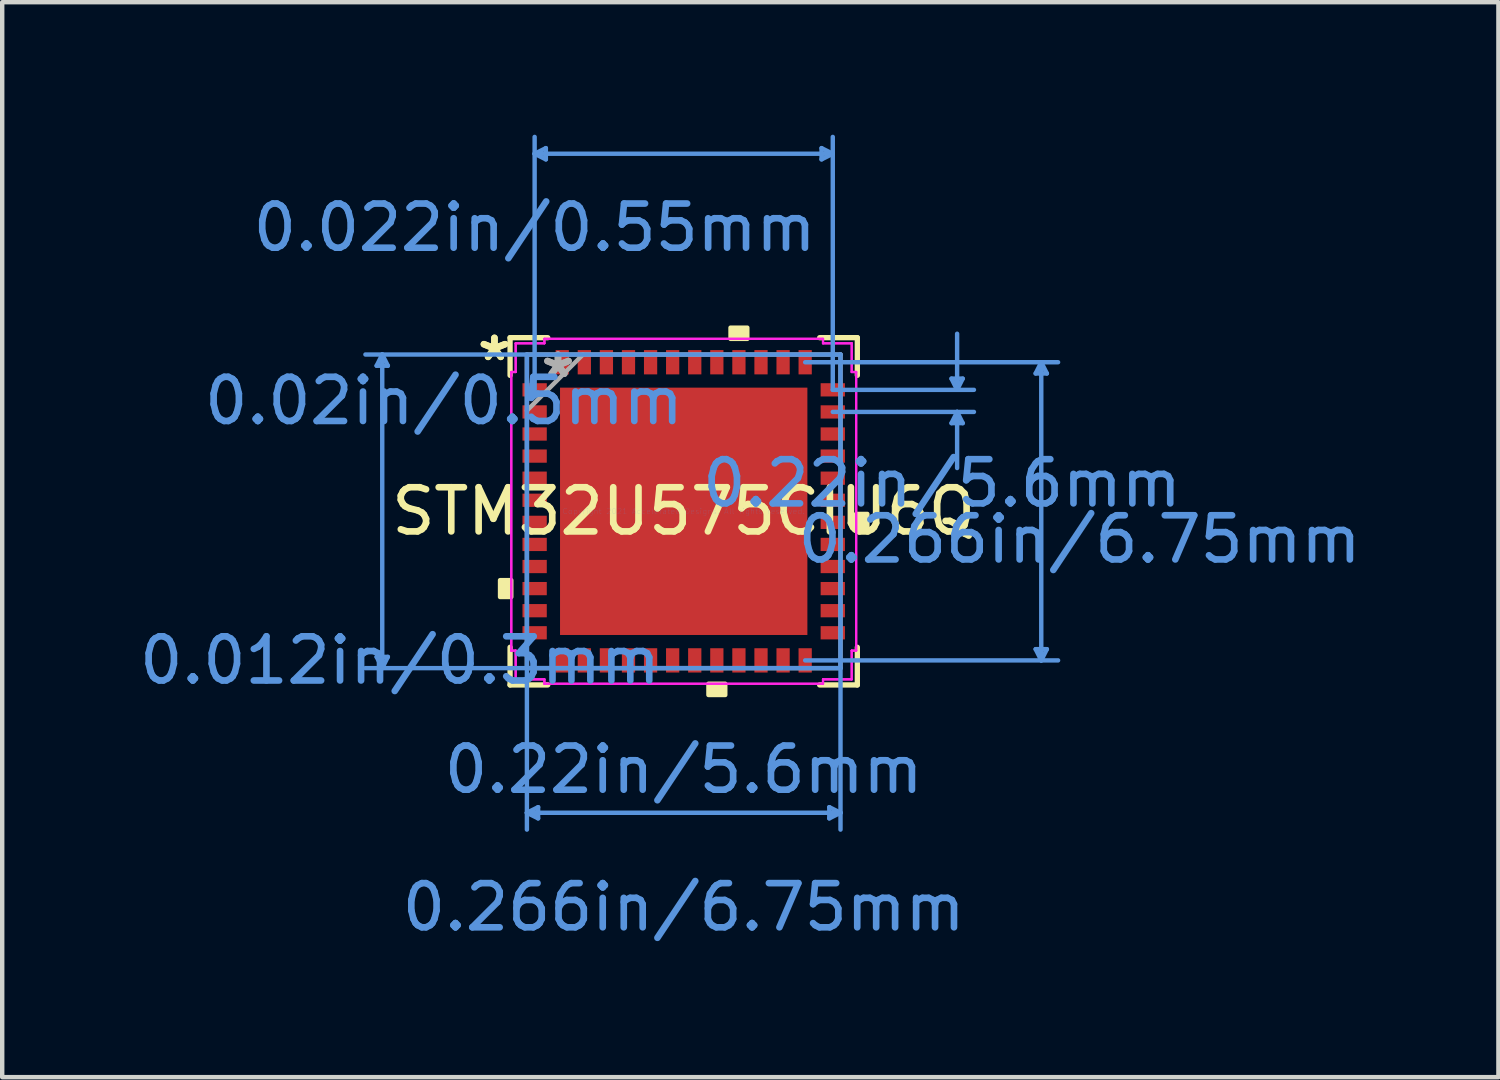
<source format=kicad_pcb>
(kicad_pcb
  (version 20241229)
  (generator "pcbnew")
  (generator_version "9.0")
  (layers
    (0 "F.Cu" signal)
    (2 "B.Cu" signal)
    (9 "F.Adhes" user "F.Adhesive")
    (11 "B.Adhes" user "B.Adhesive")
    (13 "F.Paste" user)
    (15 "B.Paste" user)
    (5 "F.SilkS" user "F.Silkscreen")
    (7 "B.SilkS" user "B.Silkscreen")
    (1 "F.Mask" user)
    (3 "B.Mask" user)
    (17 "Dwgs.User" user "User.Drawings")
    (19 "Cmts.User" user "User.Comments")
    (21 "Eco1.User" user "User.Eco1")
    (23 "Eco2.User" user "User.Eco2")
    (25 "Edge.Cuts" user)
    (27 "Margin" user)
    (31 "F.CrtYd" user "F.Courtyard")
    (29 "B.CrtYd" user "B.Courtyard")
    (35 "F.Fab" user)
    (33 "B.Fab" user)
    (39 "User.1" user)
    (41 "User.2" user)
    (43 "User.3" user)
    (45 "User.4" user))
  (footprint "STM32U575CIU6Q"
    (layer "F.Cu")
    (at 12.429 8.526)
    (property "Reference" "STM32U575CIU6Q" (at 0 0 0) (layer "F.SilkS") (effects (font (size 1 1) (thickness 0.15))))
    (attr through_hole)
    (fp_line (start -3.931 -3.931) (end -3.931 -3.078) (stroke (width 0.12) (type solid)) (layer "F.SilkS"))
    (fp_line (start -3.931 3.078) (end -3.931 3.931) (stroke (width 0.12) (type solid)) (layer "F.SilkS"))
    (fp_line (start -3.931 3.931) (end -3.078 3.931) (stroke (width 0.12) (type solid)) (layer "F.SilkS"))
    (fp_line (start -3.078 -3.931) (end -3.931 -3.931) (stroke (width 0.12) (type solid)) (layer "F.SilkS"))
    (fp_line (start 3.078 3.931) (end 3.931 3.931) (stroke (width 0.12) (type solid)) (layer "F.SilkS"))
    (fp_line (start 3.931 -3.931) (end 3.078 -3.931) (stroke (width 0.12) (type solid)) (layer "F.SilkS"))
    (fp_line (start 3.931 -3.078) (end 3.931 -3.931) (stroke (width 0.12) (type solid)) (layer "F.SilkS"))
    (fp_line (start 3.931 3.931) (end 3.931 3.078) (stroke (width 0.12) (type solid)) (layer "F.SilkS"))
    (fp_poly (pts (xy -4.158 1.559) (xy -4.158 1.94) (xy -3.904 1.94) (xy -3.904 1.559)) (stroke (width 0.1) (type solid)) (fill yes) (layer "F.SilkS"))
    (fp_poly (pts (xy 0.56 3.904) (xy 0.56 4.158) (xy 0.941 4.158) (xy 0.941 3.904)) (stroke (width 0.1) (type solid)) (fill yes) (layer "F.SilkS"))
    (fp_poly (pts (xy 1.06 -3.904) (xy 1.06 -4.158) (xy 1.44 -4.158) (xy 1.44 -3.904)) (stroke (width 0.1) (type solid)) (fill yes) (layer "F.SilkS"))
    (fp_poly (pts (xy 4.158 0.059) (xy 4.158 0.441) (xy 3.904 0.441) (xy 3.904 0.059)) (stroke (width 0.1) (type solid)) (fill yes) (layer "F.SilkS"))
    (fp_poly (pts (xy -2.7 -2.7) (xy -2.7 -1.5) (xy -1.5 -1.5) (xy -1.5 -2.7)) (stroke (width 0.1) (type solid)) (fill yes) (layer "F.Paste"))
    (fp_poly (pts (xy -2.7 -1.3) (xy -2.7 -0.1) (xy -1.5 -0.1) (xy -1.5 -1.3)) (stroke (width 0.1) (type solid)) (fill yes) (layer "F.Paste"))
    (fp_poly (pts (xy -2.7 0.1) (xy -2.7 1.3) (xy -1.5 1.3) (xy -1.5 0.1)) (stroke (width 0.1) (type solid)) (fill yes) (layer "F.Paste"))
    (fp_poly (pts (xy -2.7 1.5) (xy -2.7 2.7) (xy -1.5 2.7) (xy -1.5 1.5)) (stroke (width 0.1) (type solid)) (fill yes) (layer "F.Paste"))
    (fp_poly (pts (xy -1.3 -2.7) (xy -1.3 -1.5) (xy -0.1 -1.5) (xy -0.1 -2.7)) (stroke (width 0.1) (type solid)) (fill yes) (layer "F.Paste"))
    (fp_poly (pts (xy -1.3 -1.3) (xy -1.3 -0.1) (xy -0.1 -0.1) (xy -0.1 -1.3)) (stroke (width 0.1) (type solid)) (fill yes) (layer "F.Paste"))
    (fp_poly (pts (xy -1.3 0.1) (xy -1.3 1.3) (xy -0.1 1.3) (xy -0.1 0.1)) (stroke (width 0.1) (type solid)) (fill yes) (layer "F.Paste"))
    (fp_poly (pts (xy -1.3 1.5) (xy -1.3 2.7) (xy -0.1 2.7) (xy -0.1 1.5)) (stroke (width 0.1) (type solid)) (fill yes) (layer "F.Paste"))
    (fp_poly (pts (xy 0.1 -2.7) (xy 0.1 -1.5) (xy 1.3 -1.5) (xy 1.3 -2.7)) (stroke (width 0.1) (type solid)) (fill yes) (layer "F.Paste"))
    (fp_poly (pts (xy 0.1 -1.3) (xy 0.1 -0.1) (xy 1.3 -0.1) (xy 1.3 -1.3)) (stroke (width 0.1) (type solid)) (fill yes) (layer "F.Paste"))
    (fp_poly (pts (xy 0.1 0.1) (xy 0.1 1.3) (xy 1.3 1.3) (xy 1.3 0.1)) (stroke (width 0.1) (type solid)) (fill yes) (layer "F.Paste"))
    (fp_poly (pts (xy 0.1 1.5) (xy 0.1 2.7) (xy 1.3 2.7) (xy 1.3 1.5)) (stroke (width 0.1) (type solid)) (fill yes) (layer "F.Paste"))
    (fp_poly (pts (xy 1.5 -2.7) (xy 1.5 -1.5) (xy 2.7 -1.5) (xy 2.7 -2.7)) (stroke (width 0.1) (type solid)) (fill yes) (layer "F.Paste"))
    (fp_poly (pts (xy 1.5 -1.3) (xy 1.5 -0.1) (xy 2.7 -0.1) (xy 2.7 -1.3)) (stroke (width 0.1) (type solid)) (fill yes) (layer "F.Paste"))
    (fp_poly (pts (xy 1.5 0.1) (xy 1.5 1.3) (xy 2.7 1.3) (xy 2.7 0.1)) (stroke (width 0.1) (type solid)) (fill yes) (layer "F.Paste"))
    (fp_poly (pts (xy 1.5 1.5) (xy 1.5 2.7) (xy 2.7 2.7) (xy 2.7 1.5)) (stroke (width 0.1) (type solid)) (fill yes) (layer "F.Paste"))
    (fp_line (start -6.952 -3.296) (end -6.698 -3.296) (stroke (width 0.1) (type solid)) (layer "Cmts.User"))
    (fp_line (start -6.952 3.296) (end -6.698 3.296) (stroke (width 0.1) (type solid)) (layer "Cmts.User"))
    (fp_line (start -6.825 -3.55) (end -6.952 -3.296) (stroke (width 0.1) (type solid)) (layer "Cmts.User"))
    (fp_line (start -6.825 -3.55) (end -6.825 3.55) (stroke (width 0.1) (type solid)) (layer "Cmts.User"))
    (fp_line (start -6.825 -3.55) (end -6.698 -3.296) (stroke (width 0.1) (type solid)) (layer "Cmts.User"))
    (fp_line (start -6.825 3.55) (end -6.952 3.296) (stroke (width 0.1) (type solid)) (layer "Cmts.User"))
    (fp_line (start -6.825 3.55) (end -6.698 3.296) (stroke (width 0.1) (type solid)) (layer "Cmts.User"))
    (fp_line (start -3.55 -3.55) (end -3.55 7.206) (stroke (width 0.1) (type solid)) (layer "Cmts.User"))
    (fp_line (start -3.55 6.825) (end -3.296 6.698) (stroke (width 0.1) (type solid)) (layer "Cmts.User"))
    (fp_line (start -3.55 6.825) (end -3.296 6.952) (stroke (width 0.1) (type solid)) (layer "Cmts.User"))
    (fp_line (start -3.55 6.825) (end 3.55 6.825) (stroke (width 0.1) (type solid)) (layer "Cmts.User"))
    (fp_line (start -3.375 -8.095) (end -3.121 -8.222) (stroke (width 0.1) (type solid)) (layer "Cmts.User"))
    (fp_line (start -3.375 -8.095) (end -3.121 -7.968) (stroke (width 0.1) (type solid)) (layer "Cmts.User"))
    (fp_line (start -3.375 -8.095) (end 3.375 -8.095) (stroke (width 0.1) (type solid)) (layer "Cmts.User"))
    (fp_line (start -3.375 -2.75) (end -3.375 -8.476) (stroke (width 0.1) (type solid)) (layer "Cmts.User"))
    (fp_line (start -3.296 6.698) (end -3.296 6.952) (stroke (width 0.1) (type solid)) (layer "Cmts.User"))
    (fp_line (start -3.121 -8.222) (end -3.121 -7.968) (stroke (width 0.1) (type solid)) (layer "Cmts.User"))
    (fp_line (start 2.75 -3.375) (end 8.476 -3.375) (stroke (width 0.1) (type solid)) (layer "Cmts.User"))
    (fp_line (start 2.75 3.375) (end 8.476 3.375) (stroke (width 0.1) (type solid)) (layer "Cmts.User"))
    (fp_line (start 3.121 -8.222) (end 3.121 -7.968) (stroke (width 0.1) (type solid)) (layer "Cmts.User"))
    (fp_line (start 3.296 6.698) (end 3.296 6.952) (stroke (width 0.1) (type solid)) (layer "Cmts.User"))
    (fp_line (start 3.375 -8.095) (end 3.121 -8.222) (stroke (width 0.1) (type solid)) (layer "Cmts.User"))
    (fp_line (start 3.375 -8.095) (end 3.121 -7.968) (stroke (width 0.1) (type solid)) (layer "Cmts.User"))
    (fp_line (start 3.375 -2.75) (end 3.375 -8.476) (stroke (width 0.1) (type solid)) (layer "Cmts.User"))
    (fp_line (start 3.375 -2.75) (end 6.571 -2.75) (stroke (width 0.1) (type solid)) (layer "Cmts.User"))
    (fp_line (start 3.375 -2.25) (end 6.571 -2.25) (stroke (width 0.1) (type solid)) (layer "Cmts.User"))
    (fp_line (start 3.55 -3.55) (end -7.206 -3.55) (stroke (width 0.1) (type solid)) (layer "Cmts.User"))
    (fp_line (start 3.55 -3.55) (end 3.55 7.206) (stroke (width 0.1) (type solid)) (layer "Cmts.User"))
    (fp_line (start 3.55 3.55) (end -7.206 3.55) (stroke (width 0.1) (type solid)) (layer "Cmts.User"))
    (fp_line (start 3.55 6.825) (end 3.296 6.698) (stroke (width 0.1) (type solid)) (layer "Cmts.User"))
    (fp_line (start 3.55 6.825) (end 3.296 6.952) (stroke (width 0.1) (type solid)) (layer "Cmts.User"))
    (fp_line (start 6.063 -3.004) (end 6.317 -3.004) (stroke (width 0.1) (type solid)) (layer "Cmts.User"))
    (fp_line (start 6.063 -1.996) (end 6.317 -1.996) (stroke (width 0.1) (type solid)) (layer "Cmts.User"))
    (fp_line (start 6.19 -2.75) (end 6.063 -3.004) (stroke (width 0.1) (type solid)) (layer "Cmts.User"))
    (fp_line (start 6.19 -2.75) (end 6.19 -4.02) (stroke (width 0.1) (type solid)) (layer "Cmts.User"))
    (fp_line (start 6.19 -2.75) (end 6.317 -3.004) (stroke (width 0.1) (type solid)) (layer "Cmts.User"))
    (fp_line (start 6.19 -2.25) (end 6.063 -1.996) (stroke (width 0.1) (type solid)) (layer "Cmts.User"))
    (fp_line (start 6.19 -2.25) (end 6.19 -0.98) (stroke (width 0.1) (type solid)) (layer "Cmts.User"))
    (fp_line (start 6.19 -2.25) (end 6.317 -1.996) (stroke (width 0.1) (type solid)) (layer "Cmts.User"))
    (fp_line (start 7.968 -3.121) (end 8.222 -3.121) (stroke (width 0.1) (type solid)) (layer "Cmts.User"))
    (fp_line (start 7.968 3.121) (end 8.222 3.121) (stroke (width 0.1) (type solid)) (layer "Cmts.User"))
    (fp_line (start 8.095 -3.375) (end 7.968 -3.121) (stroke (width 0.1) (type solid)) (layer "Cmts.User"))
    (fp_line (start 8.095 -3.375) (end 8.095 3.375) (stroke (width 0.1) (type solid)) (layer "Cmts.User"))
    (fp_line (start 8.095 -3.375) (end 8.222 -3.121) (stroke (width 0.1) (type solid)) (layer "Cmts.User"))
    (fp_line (start 8.095 3.375) (end 7.968 3.121) (stroke (width 0.1) (type solid)) (layer "Cmts.User"))
    (fp_line (start 8.095 3.375) (end 8.222 3.121) (stroke (width 0.1) (type solid)) (layer "Cmts.User"))
    (fp_line (start -3.904 -3.154) (end -3.804 -3.154) (stroke (width 0.05) (type solid)) (layer "F.CrtYd"))
    (fp_line (start -3.904 -3.154) (end -3.804 -3.154) (stroke (width 0.05) (type solid)) (layer "F.CrtYd"))
    (fp_line (start -3.904 3.154) (end -3.904 -3.154) (stroke (width 0.05) (type solid)) (layer "F.CrtYd"))
    (fp_line (start -3.904 3.154) (end -3.904 -3.154) (stroke (width 0.05) (type solid)) (layer "F.CrtYd"))
    (fp_line (start -3.804 -3.804) (end -3.154 -3.804) (stroke (width 0.05) (type solid)) (layer "F.CrtYd"))
    (fp_line (start -3.804 -3.804) (end -3.154 -3.804) (stroke (width 0.05) (type solid)) (layer "F.CrtYd"))
    (fp_line (start -3.804 -3.154) (end -3.804 -3.804) (stroke (width 0.05) (type solid)) (layer "F.CrtYd"))
    (fp_line (start -3.804 -3.154) (end -3.804 -3.804) (stroke (width 0.05) (type solid)) (layer "F.CrtYd"))
    (fp_line (start -3.804 3.154) (end -3.904 3.154) (stroke (width 0.05) (type solid)) (layer "F.CrtYd"))
    (fp_line (start -3.804 3.154) (end -3.904 3.154) (stroke (width 0.05) (type solid)) (layer "F.CrtYd"))
    (fp_line (start -3.804 3.804) (end -3.804 3.154) (stroke (width 0.05) (type solid)) (layer "F.CrtYd"))
    (fp_line (start -3.804 3.804) (end -3.804 3.154) (stroke (width 0.05) (type solid)) (layer "F.CrtYd"))
    (fp_line (start -3.154 -3.904) (end 3.154 -3.904) (stroke (width 0.05) (type solid)) (layer "F.CrtYd"))
    (fp_line (start -3.154 -3.904) (end 3.154 -3.904) (stroke (width 0.05) (type solid)) (layer "F.CrtYd"))
    (fp_line (start -3.154 -3.804) (end -3.154 -3.904) (stroke (width 0.05) (type solid)) (layer "F.CrtYd"))
    (fp_line (start -3.154 -3.804) (end -3.154 -3.904) (stroke (width 0.05) (type solid)) (layer "F.CrtYd"))
    (fp_line (start -3.154 3.804) (end -3.804 3.804) (stroke (width 0.05) (type solid)) (layer "F.CrtYd"))
    (fp_line (start -3.154 3.804) (end -3.804 3.804) (stroke (width 0.05) (type solid)) (layer "F.CrtYd"))
    (fp_line (start -3.154 3.904) (end -3.154 3.804) (stroke (width 0.05) (type solid)) (layer "F.CrtYd"))
    (fp_line (start -3.154 3.904) (end -3.154 3.804) (stroke (width 0.05) (type solid)) (layer "F.CrtYd"))
    (fp_line (start 3.154 -3.904) (end 3.154 -3.804) (stroke (width 0.05) (type solid)) (layer "F.CrtYd"))
    (fp_line (start 3.154 -3.904) (end 3.154 -3.804) (stroke (width 0.05) (type solid)) (layer "F.CrtYd"))
    (fp_line (start 3.154 -3.804) (end 3.804 -3.804) (stroke (width 0.05) (type solid)) (layer "F.CrtYd"))
    (fp_line (start 3.154 -3.804) (end 3.804 -3.804) (stroke (width 0.05) (type solid)) (layer "F.CrtYd"))
    (fp_line (start 3.154 3.804) (end 3.154 3.904) (stroke (width 0.05) (type solid)) (layer "F.CrtYd"))
    (fp_line (start 3.154 3.804) (end 3.154 3.904) (stroke (width 0.05) (type solid)) (layer "F.CrtYd"))
    (fp_line (start 3.154 3.904) (end -3.154 3.904) (stroke (width 0.05) (type solid)) (layer "F.CrtYd"))
    (fp_line (start 3.154 3.904) (end -3.154 3.904) (stroke (width 0.05) (type solid)) (layer "F.CrtYd"))
    (fp_line (start 3.804 -3.804) (end 3.804 -3.154) (stroke (width 0.05) (type solid)) (layer "F.CrtYd"))
    (fp_line (start 3.804 -3.804) (end 3.804 -3.154) (stroke (width 0.05) (type solid)) (layer "F.CrtYd"))
    (fp_line (start 3.804 -3.154) (end 3.904 -3.154) (stroke (width 0.05) (type solid)) (layer "F.CrtYd"))
    (fp_line (start 3.804 -3.154) (end 3.904 -3.154) (stroke (width 0.05) (type solid)) (layer "F.CrtYd"))
    (fp_line (start 3.804 3.154) (end 3.804 3.804) (stroke (width 0.05) (type solid)) (layer "F.CrtYd"))
    (fp_line (start 3.804 3.154) (end 3.804 3.804) (stroke (width 0.05) (type solid)) (layer "F.CrtYd"))
    (fp_line (start 3.804 3.804) (end 3.154 3.804) (stroke (width 0.05) (type solid)) (layer "F.CrtYd"))
    (fp_line (start 3.804 3.804) (end 3.154 3.804) (stroke (width 0.05) (type solid)) (layer "F.CrtYd"))
    (fp_line (start 3.904 -3.154) (end 3.904 3.154) (stroke (width 0.05) (type solid)) (layer "F.CrtYd"))
    (fp_line (start 3.904 -3.154) (end 3.904 3.154) (stroke (width 0.05) (type solid)) (layer "F.CrtYd"))
    (fp_line (start 3.904 3.154) (end 3.804 3.154) (stroke (width 0.05) (type solid)) (layer "F.CrtYd"))
    (fp_line (start 3.904 3.154) (end 3.804 3.154) (stroke (width 0.05) (type solid)) (layer "F.CrtYd"))
    (fp_line (start -3.55 -3.55) (end -3.55 3.55) (stroke (width 0.1) (type solid)) (layer "F.Fab"))
    (fp_line (start -3.55 -2.28) (end -2.28 -3.55) (stroke (width 0.1) (type solid)) (layer "F.Fab"))
    (fp_line (start -3.55 3.55) (end 3.55 3.55) (stroke (width 0.1) (type solid)) (layer "F.Fab"))
    (fp_line (start 3.55 -3.55) (end -3.55 -3.55) (stroke (width 0.1) (type solid)) (layer "F.Fab"))
    (fp_line (start 3.55 3.55) (end 3.55 -3.55) (stroke (width 0.1) (type solid)) (layer "F.Fab"))
    (fp_text user "*" (at -4.285 -3.381 0) (layer "F.SilkS") (effects (font (size 1 1) (thickness 0.15))))
    (fp_text user "*" (at -4.285 -3.381 0) (layer "F.SilkS") (effects (font (size 1 1) (thickness 0.15))))
    (fp_text user "0.22in/5.6mm" (at 5.848 -0.635 0) (layer "Cmts.User") (effects (font (size 1 1) (thickness 0.15))))
    (fp_text user "Copyright 2021 Accelerated Designs. All rights reserved." (at 0 0 0) (layer "Cmts.User") (effects (font (size 0.127 0.127) (thickness 0.002))))
    (fp_text user "0.022in/0.55mm" (at -3.375 -6.423 0) (layer "Cmts.User") (effects (font (size 1 1) (thickness 0.15))))
    (fp_text user "0.266in/6.75mm" (at 0 8.963 0) (layer "Cmts.User") (effects (font (size 1 1) (thickness 0.15))))
    (fp_text user "0.012in/0.3mm" (at -6.423 3.375 0) (layer "Cmts.User") (effects (font (size 1 1) (thickness 0.15))))
    (fp_text user "0.266in/6.75mm" (at 8.963 0.635 0) (layer "Cmts.User") (effects (font (size 1 1) (thickness 0.15))))
    (fp_text user "0.22in/5.6mm" (at 0 5.848 0) (layer "Cmts.User") (effects (font (size 1 1) (thickness 0.15))))
    (fp_text user "0.02in/0.5mm" (at -5.428 -2.5 0) (layer "Cmts.User") (effects (font (size 1 1) (thickness 0.15))))
    (fp_text user "*" (at -2.846 -3 0) (layer "F.Fab") (effects (font (size 1 1) (thickness 0.15))))
    (fp_text user "*" (at -2.846 -3 0) (layer "F.Fab") (effects (font (size 1 1) (thickness 0.15))))
    (pad "1" smd rect (at -3.375 -2.75 90) (size 0.3 0.55) (layers "F.Cu" "F.Mask" "F.Paste"))
    (pad "2" smd rect (at -3.375 -2.25 90) (size 0.3 0.55) (layers "F.Cu" "F.Mask" "F.Paste"))
    (pad "3" smd rect (at -3.375 -1.75 90) (size 0.3 0.55) (layers "F.Cu" "F.Mask" "F.Paste"))
    (pad "4" smd rect (at -3.375 -1.25 90) (size 0.3 0.55) (layers "F.Cu" "F.Mask" "F.Paste"))
    (pad "5" smd rect (at -3.375 -0.75 90) (size 0.3 0.55) (layers "F.Cu" "F.Mask" "F.Paste"))
    (pad "6" smd rect (at -3.375 -0.25 90) (size 0.3 0.55) (layers "F.Cu" "F.Mask" "F.Paste"))
    (pad "7" smd rect (at -3.375 0.25 90) (size 0.3 0.55) (layers "F.Cu" "F.Mask" "F.Paste"))
    (pad "8" smd rect (at -3.375 0.75 90) (size 0.3 0.55) (layers "F.Cu" "F.Mask" "F.Paste"))
    (pad "9" smd rect (at -3.375 1.25 90) (size 0.3 0.55) (layers "F.Cu" "F.Mask" "F.Paste"))
    (pad "10" smd rect (at -3.375 1.75 90) (size 0.3 0.55) (layers "F.Cu" "F.Mask" "F.Paste"))
    (pad "11" smd rect (at -3.375 2.25 90) (size 0.3 0.55) (layers "F.Cu" "F.Mask" "F.Paste"))
    (pad "12" smd rect (at -3.375 2.75 90) (size 0.3 0.55) (layers "F.Cu" "F.Mask" "F.Paste"))
    (pad "13" smd rect (at -2.75 3.375) (size 0.3 0.55) (layers "F.Cu" "F.Mask" "F.Paste"))
    (pad "14" smd rect (at -2.25 3.375) (size 0.3 0.55) (layers "F.Cu" "F.Mask" "F.Paste"))
    (pad "15" smd rect (at -1.75 3.375) (size 0.3 0.55) (layers "F.Cu" "F.Mask" "F.Paste"))
    (pad "16" smd rect (at -1.25 3.375) (size 0.3 0.55) (layers "F.Cu" "F.Mask" "F.Paste"))
    (pad "17" smd rect (at -0.75 3.375) (size 0.3 0.55) (layers "F.Cu" "F.Mask" "F.Paste"))
    (pad "18" smd rect (at -0.25 3.375) (size 0.3 0.55) (layers "F.Cu" "F.Mask" "F.Paste"))
    (pad "19" smd rect (at 0.25 3.375) (size 0.3 0.55) (layers "F.Cu" "F.Mask" "F.Paste"))
    (pad "20" smd rect (at 0.75 3.375) (size 0.3 0.55) (layers "F.Cu" "F.Mask" "F.Paste"))
    (pad "21" smd rect (at 1.25 3.375) (size 0.3 0.55) (layers "F.Cu" "F.Mask" "F.Paste"))
    (pad "22" smd rect (at 1.75 3.375) (size 0.3 0.55) (layers "F.Cu" "F.Mask" "F.Paste"))
    (pad "23" smd rect (at 2.25 3.375) (size 0.3 0.55) (layers "F.Cu" "F.Mask" "F.Paste"))
    (pad "24" smd rect (at 2.75 3.375) (size 0.3 0.55) (layers "F.Cu" "F.Mask" "F.Paste"))
    (pad "25" smd rect (at 3.375 2.75 90) (size 0.3 0.55) (layers "F.Cu" "F.Mask" "F.Paste"))
    (pad "26" smd rect (at 3.375 2.25 90) (size 0.3 0.55) (layers "F.Cu" "F.Mask" "F.Paste"))
    (pad "27" smd rect (at 3.375 1.75 90) (size 0.3 0.55) (layers "F.Cu" "F.Mask" "F.Paste"))
    (pad "28" smd rect (at 3.375 1.25 90) (size 0.3 0.55) (layers "F.Cu" "F.Mask" "F.Paste"))
    (pad "29" smd rect (at 3.375 0.75 90) (size 0.3 0.55) (layers "F.Cu" "F.Mask" "F.Paste"))
    (pad "30" smd rect (at 3.375 0.25 90) (size 0.3 0.55) (layers "F.Cu" "F.Mask" "F.Paste"))
    (pad "31" smd rect (at 3.375 -0.25 90) (size 0.3 0.55) (layers "F.Cu" "F.Mask" "F.Paste"))
    (pad "32" smd rect (at 3.375 -0.75 90) (size 0.3 0.55) (layers "F.Cu" "F.Mask" "F.Paste"))
    (pad "33" smd rect (at 3.375 -1.25 90) (size 0.3 0.55) (layers "F.Cu" "F.Mask" "F.Paste"))
    (pad "34" smd rect (at 3.375 -1.75 90) (size 0.3 0.55) (layers "F.Cu" "F.Mask" "F.Paste"))
    (pad "35" smd rect (at 3.375 -2.25 90) (size 0.3 0.55) (layers "F.Cu" "F.Mask" "F.Paste"))
    (pad "36" smd rect (at 3.375 -2.75 90) (size 0.3 0.55) (layers "F.Cu" "F.Mask" "F.Paste"))
    (pad "37" smd rect (at 2.75 -3.375) (size 0.3 0.55) (layers "F.Cu" "F.Mask" "F.Paste"))
    (pad "38" smd rect (at 2.25 -3.375) (size 0.3 0.55) (layers "F.Cu" "F.Mask" "F.Paste"))
    (pad "39" smd rect (at 1.75 -3.375) (size 0.3 0.55) (layers "F.Cu" "F.Mask" "F.Paste"))
    (pad "40" smd rect (at 1.25 -3.375) (size 0.3 0.55) (layers "F.Cu" "F.Mask" "F.Paste"))
    (pad "41" smd rect (at 0.75 -3.375) (size 0.3 0.55) (layers "F.Cu" "F.Mask" "F.Paste"))
    (pad "42" smd rect (at 0.25 -3.375) (size 0.3 0.55) (layers "F.Cu" "F.Mask" "F.Paste"))
    (pad "43" smd rect (at -0.25 -3.375) (size 0.3 0.55) (layers "F.Cu" "F.Mask" "F.Paste"))
    (pad "44" smd rect (at -0.75 -3.375) (size 0.3 0.55) (layers "F.Cu" "F.Mask" "F.Paste"))
    (pad "45" smd rect (at -1.25 -3.375) (size 0.3 0.55) (layers "F.Cu" "F.Mask" "F.Paste"))
    (pad "46" smd rect (at -1.75 -3.375) (size 0.3 0.55) (layers "F.Cu" "F.Mask" "F.Paste"))
    (pad "47" smd rect (at -2.25 -3.375) (size 0.3 0.55) (layers "F.Cu" "F.Mask" "F.Paste"))
    (pad "48" smd rect (at -2.75 -3.375) (size 0.3 0.55) (layers "F.Cu" "F.Mask" "F.Paste"))
    (pad "49" smd rect (at 0 0) (size 5.6 5.6) (layers "F.Cu" "F.Mask")))
  (gr_rect
    (start -3 -3)
    (end 30.874 21.337)
    (stroke (width 0.1) (type default))
    (fill no)
    (layer "Edge.Cuts")))
</source>
